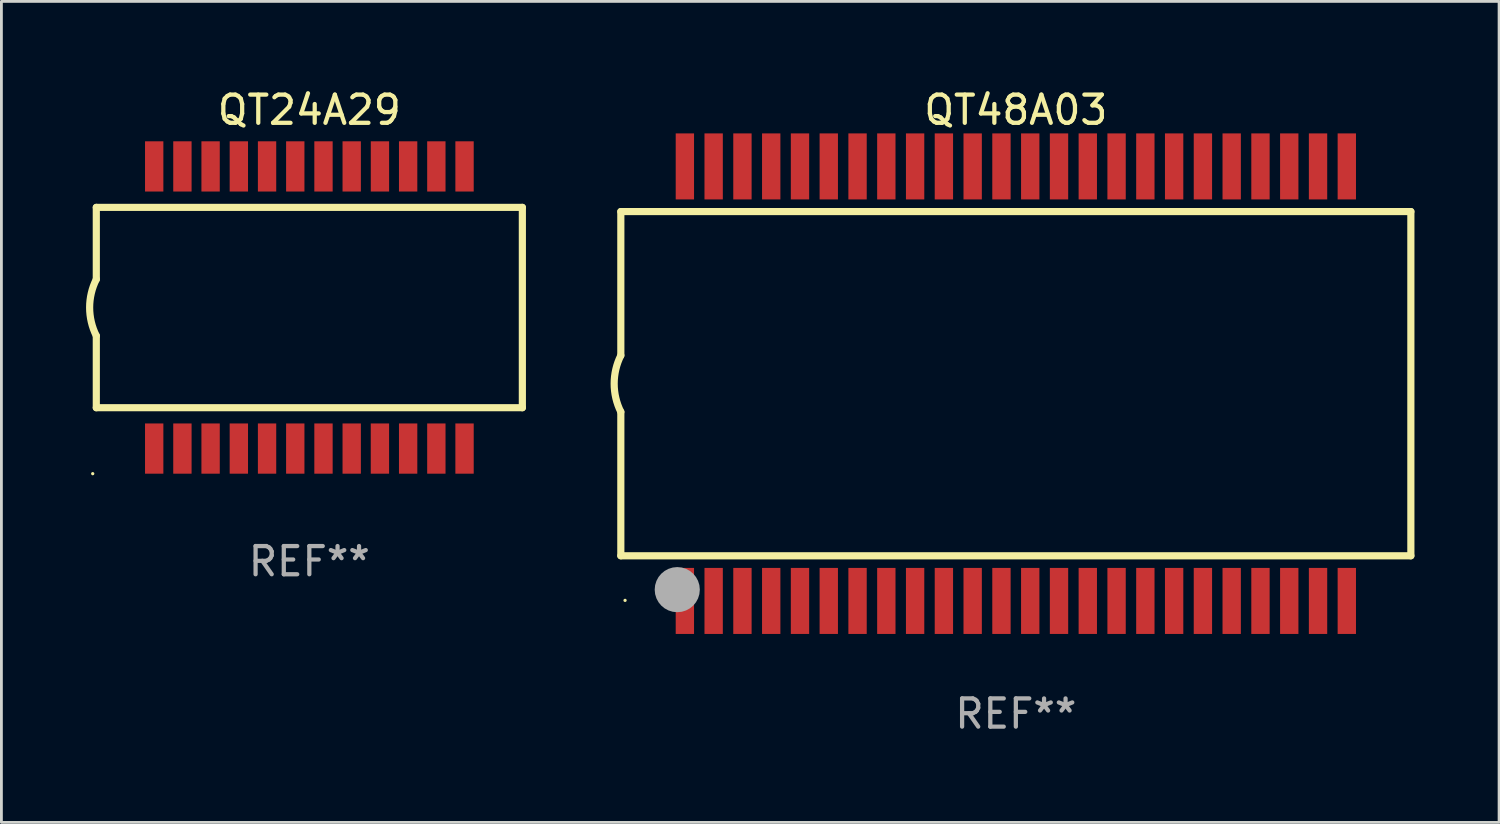
<source format=kicad_pcb>
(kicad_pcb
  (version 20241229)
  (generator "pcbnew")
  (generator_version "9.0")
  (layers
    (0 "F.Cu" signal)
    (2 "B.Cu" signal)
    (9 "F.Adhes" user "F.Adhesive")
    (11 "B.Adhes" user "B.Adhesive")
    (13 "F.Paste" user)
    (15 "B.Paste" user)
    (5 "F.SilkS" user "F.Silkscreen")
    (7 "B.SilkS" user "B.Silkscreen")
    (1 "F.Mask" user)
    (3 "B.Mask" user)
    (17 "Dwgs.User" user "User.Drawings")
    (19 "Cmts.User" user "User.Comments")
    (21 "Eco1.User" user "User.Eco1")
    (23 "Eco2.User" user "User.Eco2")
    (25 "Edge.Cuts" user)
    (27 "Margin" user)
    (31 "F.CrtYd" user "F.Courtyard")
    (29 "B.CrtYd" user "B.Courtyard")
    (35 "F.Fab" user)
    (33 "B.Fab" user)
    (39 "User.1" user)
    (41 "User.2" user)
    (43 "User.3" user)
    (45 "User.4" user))
  (footprint "QT48A03"
    (layer "F.Cu")
    (at 32.953 10.548)
    (property "Reference" "QT48A03" (at 0 -9.7 0) (layer "F.SilkS") (effects (font (size 1 1) (thickness 0.15))))
    (attr through_hole)
    (fp_line (start -14 -6.1) (end 14 -6.1) (stroke (width 0.254) (type solid)) (layer "F.SilkS"))
    (fp_line (start -14 -1) (end -14 -6.1) (stroke (width 0.254) (type solid)) (layer "F.SilkS"))
    (fp_line (start -14 6.1) (end -14 1) (stroke (width 0.254) (type solid)) (layer "F.SilkS"))
    (fp_line (start -14 6.1) (end 14 6.1) (stroke (width 0.254) (type solid)) (layer "F.SilkS"))
    (fp_line (start 14 6.1) (end 14 -6.1) (stroke (width 0.254) (type solid)) (layer "F.SilkS"))
    (fp_arc (start -13.999936 0.999949) (mid -14.236004 -0.000051) (end -13.999936 -1.000051) (stroke (width 0.254001) (type solid)) (layer "F.SilkS"))
    (fp_circle (center -13.85 7.68) (end -13.82 7.68) (stroke (width 0.06) (type solid)) (fill no) (layer "F.SilkS"))
    (fp_circle (center -12 7.3) (end -11.6 7.3) (stroke (width 0.8) (type solid)) (fill no) (layer "F.Fab"))
    (fp_text user "REF**" (at 0 11.7 0) (layer "F.Fab") (effects (font (size 1 1) (thickness 0.15))))
    (pad "1" smd rect (at -11.73 7.7 90) (size 2.34 0.65) (layers "F.Cu" "F.Mask" "F.Paste"))
    (pad "2" smd rect (at -10.71 7.7 90) (size 2.34 0.65) (layers "F.Cu" "F.Mask" "F.Paste"))
    (pad "3" smd rect (at -9.69 7.7 90) (size 2.34 0.65) (layers "F.Cu" "F.Mask" "F.Paste"))
    (pad "4" smd rect (at -8.67 7.7 90) (size 2.34 0.65) (layers "F.Cu" "F.Mask" "F.Paste"))
    (pad "5" smd rect (at -7.65 7.7 90) (size 2.34 0.65) (layers "F.Cu" "F.Mask" "F.Paste"))
    (pad "6" smd rect (at -6.63 7.7 90) (size 2.34 0.65) (layers "F.Cu" "F.Mask" "F.Paste"))
    (pad "7" smd rect (at -5.61 7.7 90) (size 2.34 0.65) (layers "F.Cu" "F.Mask" "F.Paste"))
    (pad "8" smd rect (at -4.59 7.7 90) (size 2.34 0.65) (layers "F.Cu" "F.Mask" "F.Paste"))
    (pad "9" smd rect (at -3.57 7.7 90) (size 2.34 0.65) (layers "F.Cu" "F.Mask" "F.Paste"))
    (pad "10" smd rect (at -2.55 7.7 90) (size 2.34 0.65) (layers "F.Cu" "F.Mask" "F.Paste"))
    (pad "11" smd rect (at -1.53 7.7 90) (size 2.34 0.65) (layers "F.Cu" "F.Mask" "F.Paste"))
    (pad "12" smd rect (at -0.51 7.7 90) (size 2.34 0.65) (layers "F.Cu" "F.Mask" "F.Paste"))
    (pad "13" smd rect (at 0.51 7.7 90) (size 2.34 0.65) (layers "F.Cu" "F.Mask" "F.Paste"))
    (pad "14" smd rect (at 1.53 7.7 90) (size 2.34 0.65) (layers "F.Cu" "F.Mask" "F.Paste"))
    (pad "15" smd rect (at 2.55 7.7 90) (size 2.34 0.65) (layers "F.Cu" "F.Mask" "F.Paste"))
    (pad "16" smd rect (at 3.57 7.7 90) (size 2.34 0.65) (layers "F.Cu" "F.Mask" "F.Paste"))
    (pad "17" smd rect (at 4.59 7.7 90) (size 2.34 0.65) (layers "F.Cu" "F.Mask" "F.Paste"))
    (pad "18" smd rect (at 5.61 7.7 90) (size 2.34 0.65) (layers "F.Cu" "F.Mask" "F.Paste"))
    (pad "19" smd rect (at 6.63 7.7 90) (size 2.34 0.65) (layers "F.Cu" "F.Mask" "F.Paste"))
    (pad "20" smd rect (at 7.65 7.7 90) (size 2.34 0.65) (layers "F.Cu" "F.Mask" "F.Paste"))
    (pad "21" smd rect (at 8.67 7.7 90) (size 2.34 0.65) (layers "F.Cu" "F.Mask" "F.Paste"))
    (pad "22" smd rect (at 9.69 7.7 90) (size 2.34 0.65) (layers "F.Cu" "F.Mask" "F.Paste"))
    (pad "23" smd rect (at 10.71 7.7 90) (size 2.34 0.65) (layers "F.Cu" "F.Mask" "F.Paste"))
    (pad "24" smd rect (at 11.73 7.7 90) (size 2.34 0.65) (layers "F.Cu" "F.Mask" "F.Paste"))
    (pad "25" smd rect (at 11.73 -7.7 90) (size 2.34 0.65) (layers "F.Cu" "F.Mask" "F.Paste"))
    (pad "26" smd rect (at 10.71 -7.7 90) (size 2.34 0.65) (layers "F.Cu" "F.Mask" "F.Paste"))
    (pad "27" smd rect (at 9.69 -7.7 90) (size 2.34 0.65) (layers "F.Cu" "F.Mask" "F.Paste"))
    (pad "28" smd rect (at 8.67 -7.7 90) (size 2.34 0.65) (layers "F.Cu" "F.Mask" "F.Paste"))
    (pad "29" smd rect (at 7.65 -7.7 90) (size 2.34 0.65) (layers "F.Cu" "F.Mask" "F.Paste"))
    (pad "30" smd rect (at 6.63 -7.7 90) (size 2.34 0.65) (layers "F.Cu" "F.Mask" "F.Paste"))
    (pad "31" smd rect (at 5.61 -7.7 90) (size 2.34 0.65) (layers "F.Cu" "F.Mask" "F.Paste"))
    (pad "32" smd rect (at 4.59 -7.7 90) (size 2.34 0.65) (layers "F.Cu" "F.Mask" "F.Paste"))
    (pad "33" smd rect (at 3.57 -7.7 90) (size 2.34 0.65) (layers "F.Cu" "F.Mask" "F.Paste"))
    (pad "34" smd rect (at 2.55 -7.7 90) (size 2.34 0.65) (layers "F.Cu" "F.Mask" "F.Paste"))
    (pad "35" smd rect (at 1.53 -7.7 90) (size 2.34 0.65) (layers "F.Cu" "F.Mask" "F.Paste"))
    (pad "36" smd rect (at 0.51 -7.7 90) (size 2.34 0.65) (layers "F.Cu" "F.Mask" "F.Paste"))
    (pad "37" smd rect (at -0.51 -7.7 90) (size 2.34 0.65) (layers "F.Cu" "F.Mask" "F.Paste"))
    (pad "38" smd rect (at -1.53 -7.7 90) (size 2.34 0.65) (layers "F.Cu" "F.Mask" "F.Paste"))
    (pad "39" smd rect (at -2.55 -7.7 90) (size 2.34 0.65) (layers "F.Cu" "F.Mask" "F.Paste"))
    (pad "40" smd rect (at -3.57 -7.7 90) (size 2.34 0.65) (layers "F.Cu" "F.Mask" "F.Paste"))
    (pad "41" smd rect (at -4.59 -7.7 90) (size 2.34 0.65) (layers "F.Cu" "F.Mask" "F.Paste"))
    (pad "42" smd rect (at -5.61 -7.7 90) (size 2.34 0.65) (layers "F.Cu" "F.Mask" "F.Paste"))
    (pad "43" smd rect (at -6.63 -7.7 90) (size 2.34 0.65) (layers "F.Cu" "F.Mask" "F.Paste"))
    (pad "44" smd rect (at -7.65 -7.7 90) (size 2.34 0.65) (layers "F.Cu" "F.Mask" "F.Paste"))
    (pad "45" smd rect (at -8.67 -7.7 90) (size 2.34 0.65) (layers "F.Cu" "F.Mask" "F.Paste"))
    (pad "46" smd rect (at -9.69 -7.7 90) (size 2.34 0.65) (layers "F.Cu" "F.Mask" "F.Paste"))
    (pad "47" smd rect (at -10.71 -7.7 90) (size 2.34 0.65) (layers "F.Cu" "F.Mask" "F.Paste"))
    (pad "48" smd rect (at -11.73 -7.7 90) (size 2.34 0.65) (layers "F.Cu" "F.Mask" "F.Paste")))
  (footprint "QT24A29"
    (layer "F.Cu")
    (at 7.913 7.848)
    (property "Reference" "QT24A29" (at 0 -7 0) (layer "F.SilkS") (effects (font (size 1 1) (thickness 0.15))))
    (attr through_hole)
    (fp_line (start -7.55 -3.548) (end 7.55 -3.548) (stroke (width 0.254) (type solid)) (layer "F.SilkS"))
    (fp_line (start -7.55 -0.998) (end -7.55 -3.548) (stroke (width 0.254) (type solid)) (layer "F.SilkS"))
    (fp_line (start -7.55 3.552) (end -7.55 1.002) (stroke (width 0.254) (type solid)) (layer "F.SilkS"))
    (fp_line (start -7.55 3.552) (end 7.55 3.552) (stroke (width 0.254) (type solid)) (layer "F.SilkS"))
    (fp_line (start 7.55 3.552) (end 7.55 -3.548) (stroke (width 0.254) (type solid)) (layer "F.SilkS"))
    (fp_arc (start -7.549987 1.002032) (mid -7.786055 0.002032) (end -7.549987 -0.997968) (stroke (width 0.254001) (type solid)) (layer "F.SilkS"))
    (fp_circle (center -7.677 5.89) (end -7.647 5.89) (stroke (width 0.06) (type solid)) (fill no) (layer "F.SilkS"))
    (fp_text user "REF**" (at 0 9 0) (layer "F.Fab") (effects (font (size 1 1) (thickness 0.15))))
    (pad "1" smd rect (at -5.498 5 90) (size 1.78 0.65) (layers "F.Cu" "F.Mask" "F.Paste"))
    (pad "2" smd rect (at -4.498 5 90) (size 1.78 0.65) (layers "F.Cu" "F.Mask" "F.Paste"))
    (pad "3" smd rect (at -3.499 5 90) (size 1.78 0.65) (layers "F.Cu" "F.Mask" "F.Paste"))
    (pad "4" smd rect (at -2.498 5 90) (size 1.78 0.65) (layers "F.Cu" "F.Mask" "F.Paste"))
    (pad "5" smd rect (at -1.498 5 90) (size 1.78 0.65) (layers "F.Cu" "F.Mask" "F.Paste"))
    (pad "6" smd rect (at -0.498 5 90) (size 1.78 0.65) (layers "F.Cu" "F.Mask" "F.Paste"))
    (pad "7" smd rect (at 0.502 5 90) (size 1.78 0.65) (layers "F.Cu" "F.Mask" "F.Paste"))
    (pad "8" smd rect (at 1.502 5 90) (size 1.78 0.65) (layers "F.Cu" "F.Mask" "F.Paste"))
    (pad "9" smd rect (at 2.502 5 90) (size 1.78 0.65) (layers "F.Cu" "F.Mask" "F.Paste"))
    (pad "10" smd rect (at 3.502 5 90) (size 1.78 0.65) (layers "F.Cu" "F.Mask" "F.Paste"))
    (pad "11" smd rect (at 4.502 5 90) (size 1.78 0.65) (layers "F.Cu" "F.Mask" "F.Paste"))
    (pad "12" smd rect (at 5.501 5 90) (size 1.78 0.65) (layers "F.Cu" "F.Mask" "F.Paste"))
    (pad "13" smd rect (at 5.501 -5 90) (size 1.78 0.65) (layers "F.Cu" "F.Mask" "F.Paste"))
    (pad "14" smd rect (at 4.502 -5 90) (size 1.78 0.65) (layers "F.Cu" "F.Mask" "F.Paste"))
    (pad "15" smd rect (at 3.502 -5 90) (size 1.78 0.65) (layers "F.Cu" "F.Mask" "F.Paste"))
    (pad "16" smd rect (at 2.503 -5 90) (size 1.78 0.65) (layers "F.Cu" "F.Mask" "F.Paste"))
    (pad "17" smd rect (at 1.502 -5 90) (size 1.78 0.65) (layers "F.Cu" "F.Mask" "F.Paste"))
    (pad "18" smd rect (at 0.502 -5 90) (size 1.78 0.65) (layers "F.Cu" "F.Mask" "F.Paste"))
    (pad "19" smd rect (at -0.498 -5 90) (size 1.78 0.65) (layers "F.Cu" "F.Mask" "F.Paste"))
    (pad "20" smd rect (at -1.498 -5 90) (size 1.78 0.65) (layers "F.Cu" "F.Mask" "F.Paste"))
    (pad "21" smd rect (at -2.498 -5 90) (size 1.78 0.65) (layers "F.Cu" "F.Mask" "F.Paste"))
    (pad "22" smd rect (at -3.499 -5 90) (size 1.78 0.65) (layers "F.Cu" "F.Mask" "F.Paste"))
    (pad "23" smd rect (at -4.498 -5 90) (size 1.78 0.65) (layers "F.Cu" "F.Mask" "F.Paste"))
    (pad "24" smd rect (at -5.498 -5 90) (size 1.78 0.65) (layers "F.Cu" "F.Mask" "F.Paste")))
  (gr_rect
    (start -3 -3)
    (end 50.08 26.097)
    (stroke (width 0.1) (type default))
    (fill no)
    (layer "Edge.Cuts")))
</source>
